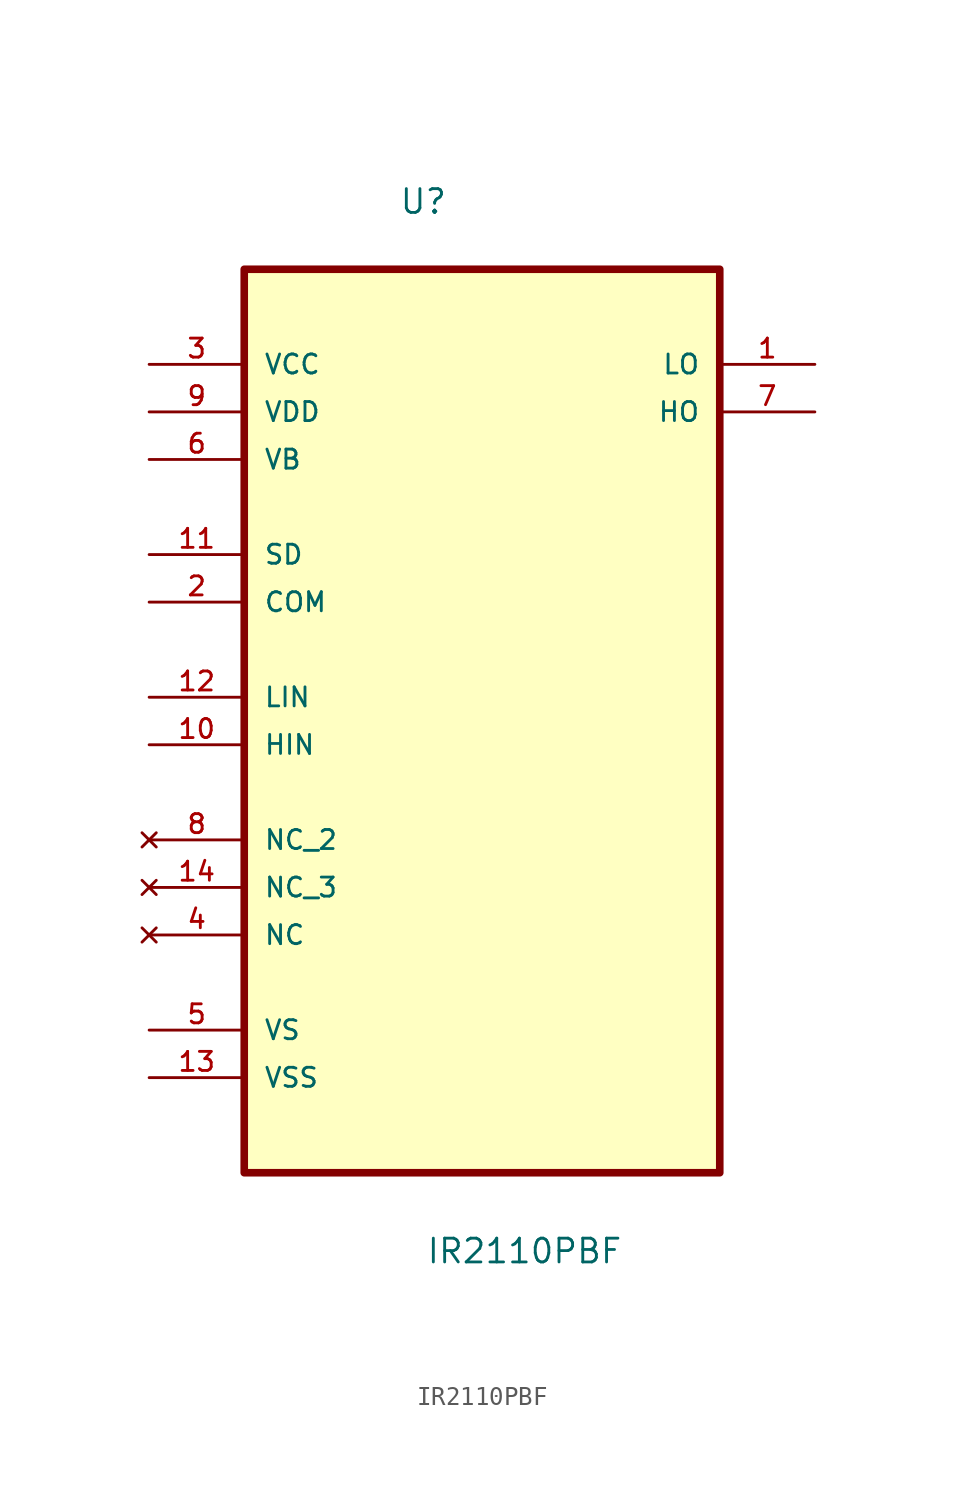
<source format=kicad_sym>
(kicad_symbol_lib
  (version 20211014)
  (generator kicad_symbol_editor)
  (symbol "IR2110PBF"
    (pin_names
      (offset 1.016))
    (property "Reference" "U"
      (at -4.445 23.193 0.0)
      (effects (font (size 1.27 1.27)) (justify bottom left)))
    (property "Value" "IR2110PBF"
      (at -3.002 -32.867 0.0)
      (effects (font (size 1.27 1.27)) (justify bottom left)))
    (symbol "IR2110PBF_0_0"
      (rectangle (start -12.7 -27.94) (end 12.7 20.32) (stroke (width 0.406)) (fill (type background)))
      (pin power_in line (at -17.78 15.24 0) (length 5.08) (name "VCC" (effects (font (size 1.016 1.016)))) (number "3" (effects (font (size 1.016 1.016)))))
      (pin power_in line (at -17.78 12.7 0) (length 5.08) (name "VDD" (effects (font (size 1.016 1.016)))) (number "9" (effects (font (size 1.016 1.016)))))
      (pin power_in line (at -17.78 10.16 0) (length 5.08) (name "VB" (effects (font (size 1.016 1.016)))) (number "6" (effects (font (size 1.016 1.016)))))
      (pin input line (at -17.78 5.08 0) (length 5.08) (name "SD" (effects (font (size 1.016 1.016)))) (number "11" (effects (font (size 1.016 1.016)))))
      (pin passive line (at -17.78 2.54 0) (length 5.08) (name "COM" (effects (font (size 1.016 1.016)))) (number "2" (effects (font (size 1.016 1.016)))))
      (pin input line (at -17.78 -2.54 0) (length 5.08) (name "LIN" (effects (font (size 1.016 1.016)))) (number "12" (effects (font (size 1.016 1.016)))))
      (pin input line (at -17.78 -5.08 0) (length 5.08) (name "HIN" (effects (font (size 1.016 1.016)))) (number "10" (effects (font (size 1.016 1.016)))))
      (pin no_connect line (at -17.78 -10.16 0) (length 5.08) (name "NC_2" (effects (font (size 1.016 1.016)))) (number "8" (effects (font (size 1.016 1.016)))))
      (pin no_connect line (at -17.78 -12.7 0) (length 5.08) (name "NC_3" (effects (font (size 1.016 1.016)))) (number "14" (effects (font (size 1.016 1.016)))))
      (pin no_connect line (at -17.78 -15.24 0) (length 5.08) (name "NC" (effects (font (size 1.016 1.016)))) (number "4" (effects (font (size 1.016 1.016)))))
      (pin power_in line (at -17.78 -20.32 0) (length 5.08) (name "VS" (effects (font (size 1.016 1.016)))) (number "5" (effects (font (size 1.016 1.016)))))
      (pin power_in line (at -17.78 -22.86 0) (length 5.08) (name "VSS" (effects (font (size 1.016 1.016)))) (number "13" (effects (font (size 1.016 1.016)))))
      (pin output line (at 17.78 15.24 180.0) (length 5.08) (name "LO" (effects (font (size 1.016 1.016)))) (number "1" (effects (font (size 1.016 1.016)))))
      (pin output line (at 17.78 12.7 180.0) (length 5.08) (name "HO" (effects (font (size 1.016 1.016)))) (number "7" (effects (font (size 1.016 1.016))))))))
</source>
